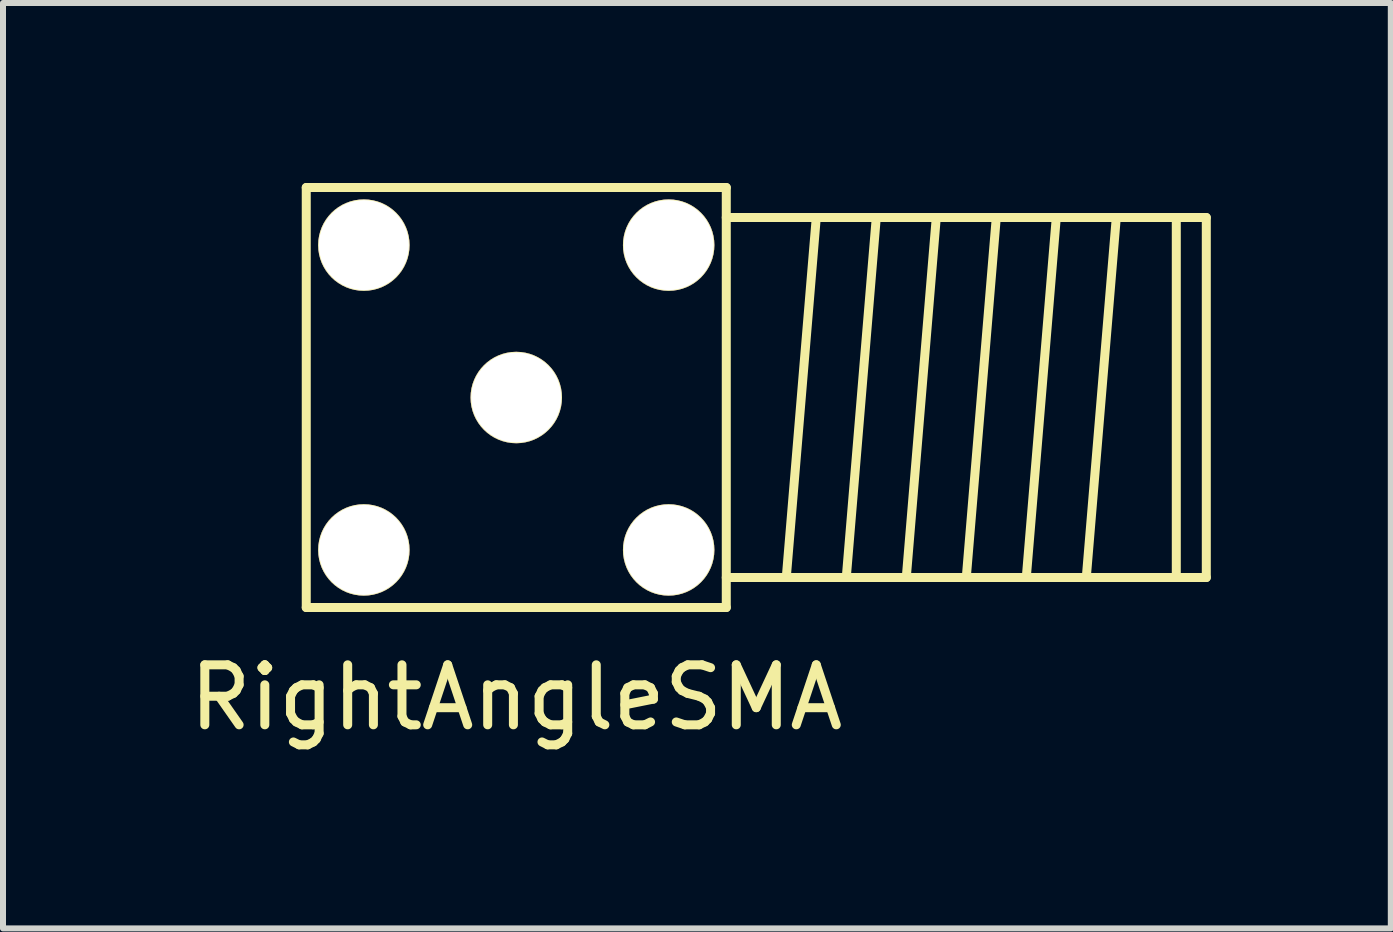
<source format=kicad_pcb>
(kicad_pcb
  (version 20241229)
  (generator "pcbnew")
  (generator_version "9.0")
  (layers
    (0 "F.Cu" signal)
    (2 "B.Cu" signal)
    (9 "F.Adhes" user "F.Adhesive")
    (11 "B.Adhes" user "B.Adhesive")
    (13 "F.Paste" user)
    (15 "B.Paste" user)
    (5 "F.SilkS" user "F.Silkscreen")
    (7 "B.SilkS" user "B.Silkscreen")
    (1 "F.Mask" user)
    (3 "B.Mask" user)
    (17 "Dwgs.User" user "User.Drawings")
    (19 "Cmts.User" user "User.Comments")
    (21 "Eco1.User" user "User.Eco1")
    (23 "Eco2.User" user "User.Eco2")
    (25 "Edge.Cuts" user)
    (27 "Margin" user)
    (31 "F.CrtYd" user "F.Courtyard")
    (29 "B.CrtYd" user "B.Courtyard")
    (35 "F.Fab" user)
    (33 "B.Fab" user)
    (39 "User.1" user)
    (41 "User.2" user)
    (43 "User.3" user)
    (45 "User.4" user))
  (footprint "RightAngleSMA"
    (layer "F.Cu")
    (at 5.554 3.575)
    (property "Reference" "RightAngleSMA" (at 0 5 0) (layer "F.SilkS") (effects (font (size 1 1) (thickness 0.15))))
    (attr through_hole)
    (fp_line (start -3.5 -3.5) (end -3.5 3.5) (stroke (width 0.15) (type solid)) (layer "F.SilkS"))
    (fp_line (start -3.5 3.5) (end 3.5 3.5) (stroke (width 0.15) (type solid)) (layer "F.SilkS"))
    (fp_line (start 3.5 -3.5) (end -3.5 -3.5) (stroke (width 0.15) (type solid)) (layer "F.SilkS"))
    (fp_line (start 3.5 -3) (end 11.5 -3) (stroke (width 0.15) (type solid)) (layer "F.SilkS"))
    (fp_line (start 3.5 3.5) (end 3.5 -3.5) (stroke (width 0.15) (type solid)) (layer "F.SilkS"))
    (fp_line (start 4.5 3) (end 5 -3) (stroke (width 0.15) (type solid)) (layer "F.SilkS"))
    (fp_line (start 5 -3) (end 6 -3) (stroke (width 0.15) (type solid)) (layer "F.SilkS"))
    (fp_line (start 5.5 3) (end 6.5 3) (stroke (width 0.15) (type solid)) (layer "F.SilkS"))
    (fp_line (start 6 -3) (end 5.5 3) (stroke (width 0.15) (type solid)) (layer "F.SilkS"))
    (fp_line (start 6.5 3) (end 7 -3) (stroke (width 0.15) (type solid)) (layer "F.SilkS"))
    (fp_line (start 7 -3) (end 8 -3) (stroke (width 0.15) (type solid)) (layer "F.SilkS"))
    (fp_line (start 7.5 3) (end 8.5 3) (stroke (width 0.15) (type solid)) (layer "F.SilkS"))
    (fp_line (start 8 -3) (end 7.5 3) (stroke (width 0.15) (type solid)) (layer "F.SilkS"))
    (fp_line (start 8.5 3) (end 9 -3) (stroke (width 0.15) (type solid)) (layer "F.SilkS"))
    (fp_line (start 9 -3) (end 10 -3) (stroke (width 0.15) (type solid)) (layer "F.SilkS"))
    (fp_line (start 9.5 3) (end 11 3) (stroke (width 0.15) (type solid)) (layer "F.SilkS"))
    (fp_line (start 10 -3) (end 9.5 3) (stroke (width 0.15) (type solid)) (layer "F.SilkS"))
    (fp_line (start 11 3) (end 11 -3) (stroke (width 0.15) (type solid)) (layer "F.SilkS"))
    (fp_line (start 11.5 -3) (end 11.5 3) (stroke (width 0.15) (type solid)) (layer "F.SilkS"))
    (fp_line (start 11.5 3) (end 3.5 3) (stroke (width 0.15) (type solid)) (layer "F.SilkS"))
    (pad "1" thru_hole circle (at 0 0) (size 1.524 1.524) (drill 1.5) (layers "*.Cu" "*.Mask" "F.SilkS"))
    (pad "2" thru_hole circle (at -2.54 -2.54) (size 1.524 1.524) (drill 1.5) (layers "*.Cu" "*.Mask" "F.SilkS"))
    (pad "2" thru_hole circle (at -2.54 2.54) (size 1.524 1.524) (drill 1.5) (layers "*.Cu" "*.Mask" "F.SilkS"))
    (pad "2" thru_hole circle (at 2.54 -2.54) (size 1.524 1.524) (drill 1.5) (layers "*.Cu" "*.Mask" "F.SilkS"))
    (pad "2" thru_hole circle (at 2.54 2.54) (size 1.524 1.524) (drill 1.5) (layers "*.Cu" "*.Mask" "F.SilkS")))
  (gr_rect
    (start -3 -3)
    (end 20.129 12.423)
    (stroke (width 0.1) (type default))
    (fill no)
    (layer "Edge.Cuts")))
</source>
